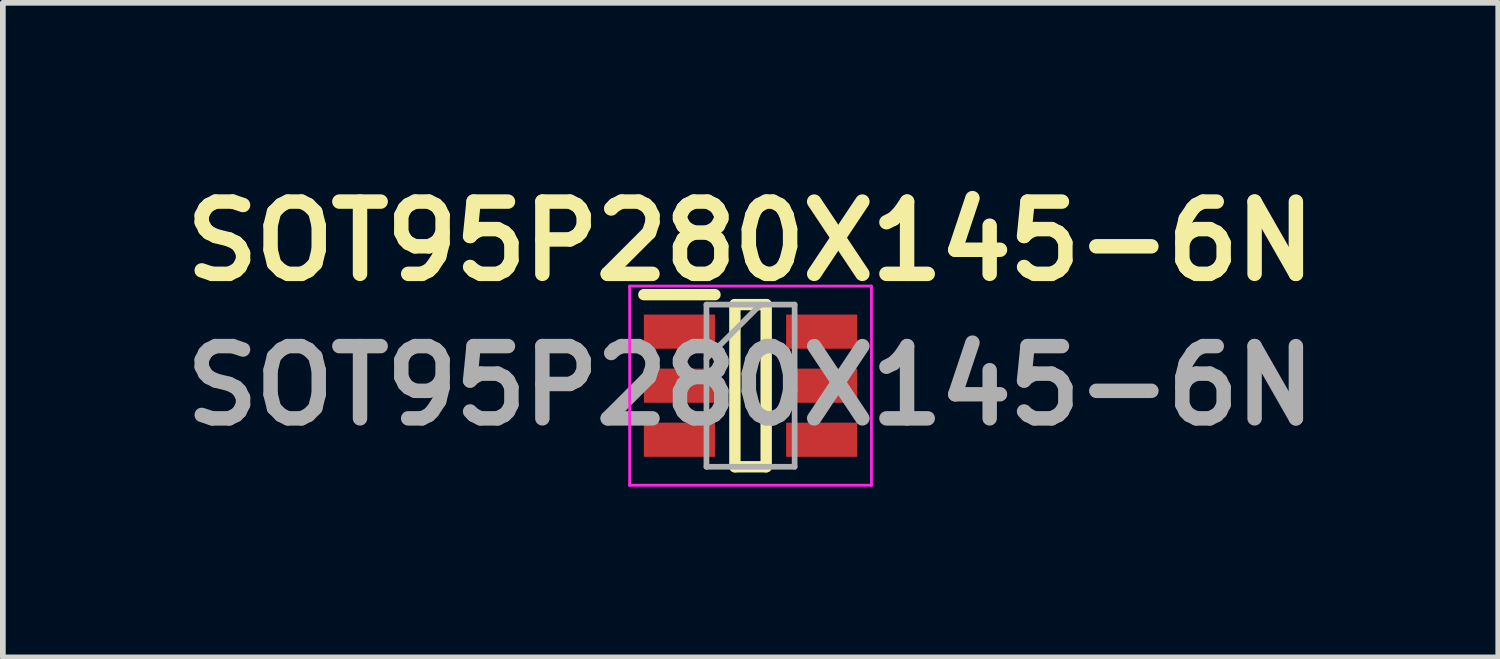
<source format=kicad_pcb>
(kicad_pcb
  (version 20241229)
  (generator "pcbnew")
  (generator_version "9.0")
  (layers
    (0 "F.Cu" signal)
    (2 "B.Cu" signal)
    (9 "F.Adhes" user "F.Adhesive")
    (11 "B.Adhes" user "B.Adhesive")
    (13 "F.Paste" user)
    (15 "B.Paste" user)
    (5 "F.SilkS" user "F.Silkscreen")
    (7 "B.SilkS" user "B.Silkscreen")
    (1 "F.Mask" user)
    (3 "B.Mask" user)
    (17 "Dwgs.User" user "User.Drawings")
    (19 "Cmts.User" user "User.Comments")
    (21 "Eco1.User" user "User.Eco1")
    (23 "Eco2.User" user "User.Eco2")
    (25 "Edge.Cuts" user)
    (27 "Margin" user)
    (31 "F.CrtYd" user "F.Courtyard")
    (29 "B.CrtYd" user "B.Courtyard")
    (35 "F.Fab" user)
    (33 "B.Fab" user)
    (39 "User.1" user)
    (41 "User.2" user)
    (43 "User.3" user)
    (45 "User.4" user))
  (footprint "SOT95P280X145-6N"
    (layer "F.Cu")
    (at 10.142 3.729)
    (property "Reference" "SOT95P280X145-6N" (at 0 -2.54 0) (layer "F.SilkS") (effects (font (size 1.27 1.27) (thickness 0.254))))
    (attr smd)
    (fp_line (start -1.875 -1.6) (end -0.625 -1.6) (stroke (width 0.2) (type solid)) (layer "F.SilkS"))
    (fp_line (start -0.275 -1.425) (end 0.275 -1.425) (stroke (width 0.2) (type solid)) (layer "F.SilkS"))
    (fp_line (start -0.275 1.425) (end -0.275 -1.425) (stroke (width 0.2) (type solid)) (layer "F.SilkS"))
    (fp_line (start 0.275 -1.425) (end 0.275 1.425) (stroke (width 0.2) (type solid)) (layer "F.SilkS"))
    (fp_line (start 0.275 1.425) (end -0.275 1.425) (stroke (width 0.2) (type solid)) (layer "F.SilkS"))
    (fp_line (start -2.125 -1.75) (end 2.125 -1.75) (stroke (width 0.05) (type solid)) (layer "F.CrtYd"))
    (fp_line (start -2.125 1.75) (end -2.125 -1.75) (stroke (width 0.05) (type solid)) (layer "F.CrtYd"))
    (fp_line (start 2.125 -1.75) (end 2.125 1.75) (stroke (width 0.05) (type solid)) (layer "F.CrtYd"))
    (fp_line (start 2.125 1.75) (end -2.125 1.75) (stroke (width 0.05) (type solid)) (layer "F.CrtYd"))
    (fp_line (start -0.775 -1.425) (end 0.775 -1.425) (stroke (width 0.1) (type solid)) (layer "F.Fab"))
    (fp_line (start -0.775 -0.475) (end 0.175 -1.425) (stroke (width 0.1) (type solid)) (layer "F.Fab"))
    (fp_line (start -0.775 1.425) (end -0.775 -1.425) (stroke (width 0.1) (type solid)) (layer "F.Fab"))
    (fp_line (start 0.775 -1.425) (end 0.775 1.425) (stroke (width 0.1) (type solid)) (layer "F.Fab"))
    (fp_line (start 0.775 1.425) (end -0.775 1.425) (stroke (width 0.1) (type solid)) (layer "F.Fab"))
    (fp_text user "${REFERENCE}" (at 0 0 0) (layer "F.Fab") (effects (font (size 1.27 1.27) (thickness 0.254))))
    (pad "1" smd rect (at -1.25 -0.95 90) (size 0.6 1.25) (layers "F.Cu" "F.Mask" "F.Paste"))
    (pad "2" smd rect (at -1.25 0 90) (size 0.6 1.25) (layers "F.Cu" "F.Mask" "F.Paste"))
    (pad "3" smd rect (at -1.25 0.95 90) (size 0.6 1.25) (layers "F.Cu" "F.Mask" "F.Paste"))
    (pad "4" smd rect (at 1.25 0.95 90) (size 0.6 1.25) (layers "F.Cu" "F.Mask" "F.Paste"))
    (pad "5" smd rect (at 1.25 0 90) (size 0.6 1.25) (layers "F.Cu" "F.Mask" "F.Paste"))
    (pad "6" smd rect (at 1.25 -0.95 90) (size 0.6 1.25) (layers "F.Cu" "F.Mask" "F.Paste")))
  (gr_rect
    (start -3 -3)
    (end 23.284 8.504)
    (stroke (width 0.1) (type default))
    (fill no)
    (layer "Edge.Cuts")))
</source>
